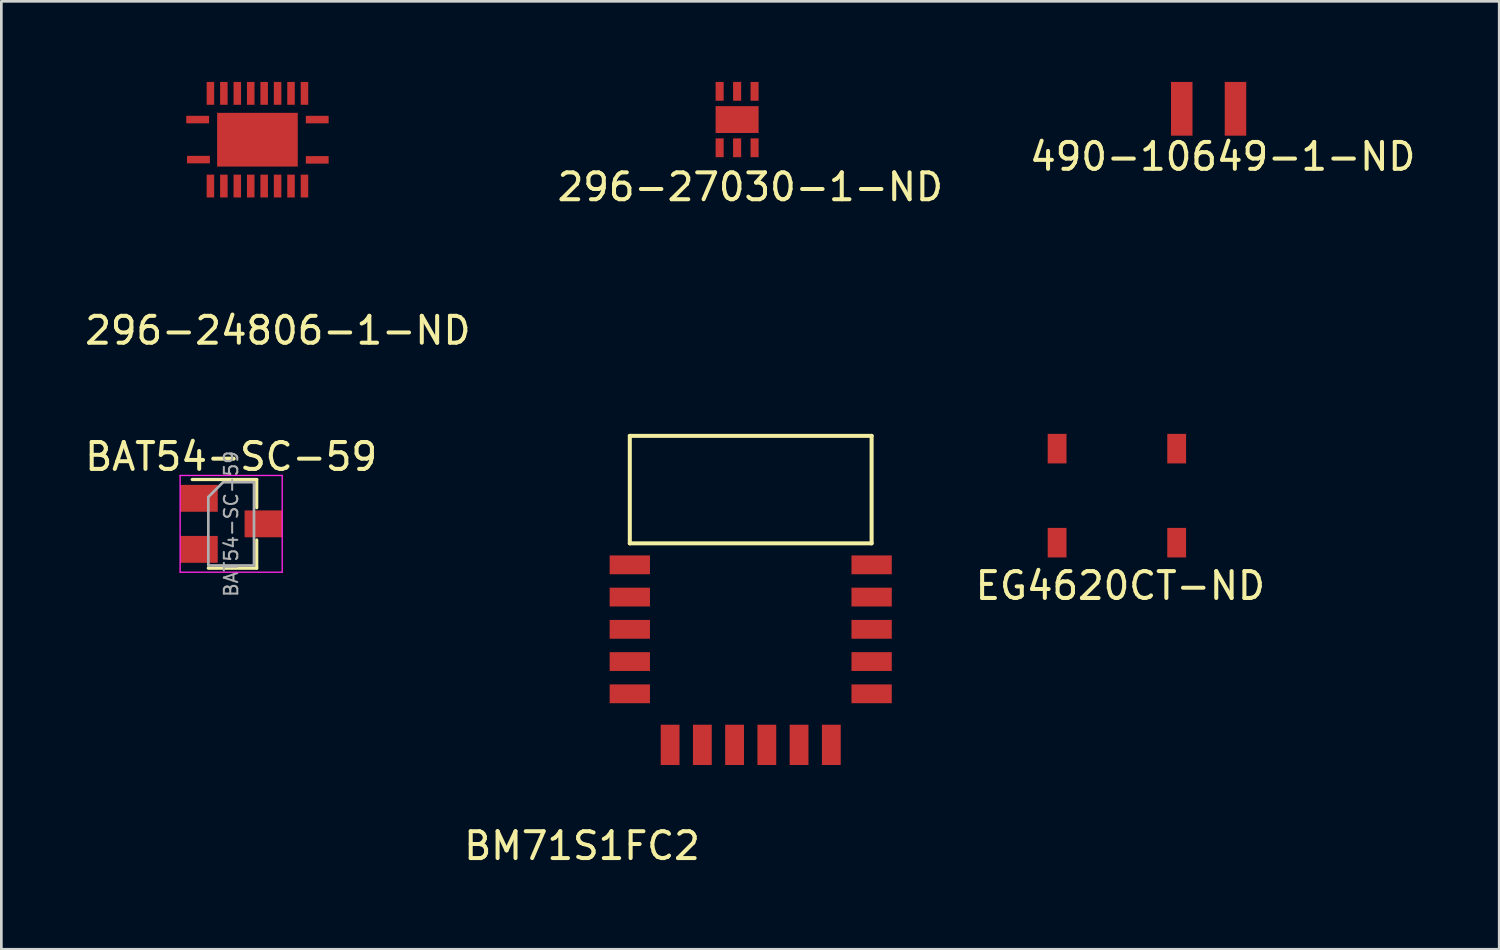
<source format=kicad_pcb>
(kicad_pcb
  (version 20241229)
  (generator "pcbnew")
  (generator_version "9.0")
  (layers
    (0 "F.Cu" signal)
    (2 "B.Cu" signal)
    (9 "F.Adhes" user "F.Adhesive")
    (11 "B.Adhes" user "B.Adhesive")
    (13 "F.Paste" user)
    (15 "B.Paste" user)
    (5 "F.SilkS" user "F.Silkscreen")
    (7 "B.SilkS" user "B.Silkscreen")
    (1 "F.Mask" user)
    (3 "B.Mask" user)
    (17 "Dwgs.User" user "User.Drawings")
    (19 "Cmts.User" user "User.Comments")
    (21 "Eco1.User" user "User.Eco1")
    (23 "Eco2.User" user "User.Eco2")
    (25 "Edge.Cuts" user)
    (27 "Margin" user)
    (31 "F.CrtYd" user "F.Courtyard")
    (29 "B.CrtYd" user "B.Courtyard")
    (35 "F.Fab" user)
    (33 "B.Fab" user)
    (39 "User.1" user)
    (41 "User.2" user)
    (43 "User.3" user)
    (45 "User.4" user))
  (footprint "BM71S1FC2"
    (layer "F.Cu")
    (at 20.391 24.673)
    (property "Reference" "BM71S1FC2" (at -1.778 3.759 0) (layer "F.SilkS") (effects (font (size 1 1) (thickness 0.15))))
    (attr through_hole)
    (fp_line (start 0 -11.5) (end 0 -7.5) (stroke (width 0.15) (type solid)) (layer "F.SilkS"))
    (fp_line (start 0 -7.5) (end 9 -7.5) (stroke (width 0.15) (type solid)) (layer "F.SilkS"))
    (fp_line (start 9 -11.5) (end 0 -11.5) (stroke (width 0.15) (type solid)) (layer "F.SilkS"))
    (fp_line (start 9 -7.5) (end 9 -11.5) (stroke (width 0.15) (type solid)) (layer "F.SilkS"))
    (pad "1" smd rect (at 0 -6.7) (size 1.5 0.7) (layers "F.Cu" "F.Mask" "F.Paste"))
    (pad "2" smd rect (at 0 -5.5) (size 1.5 0.7) (layers "F.Cu" "F.Mask" "F.Paste"))
    (pad "3" smd rect (at 0 -4.3) (size 1.5 0.7) (layers "F.Cu" "F.Mask" "F.Paste"))
    (pad "4" smd rect (at 0 -3.1) (size 1.5 0.7) (layers "F.Cu" "F.Mask" "F.Paste"))
    (pad "5" smd rect (at 0 -1.9) (size 1.5 0.7) (layers "F.Cu" "F.Mask" "F.Paste"))
    (pad "6" smd rect (at 1.5 0) (size 0.7 1.5) (layers "F.Cu" "F.Mask" "F.Paste"))
    (pad "7" smd rect (at 2.7 0) (size 0.7 1.5) (layers "F.Cu" "F.Mask" "F.Paste"))
    (pad "8" smd rect (at 3.9 0) (size 0.7 1.5) (layers "F.Cu" "F.Mask" "F.Paste"))
    (pad "9" smd rect (at 5.1 0) (size 0.7 1.5) (layers "F.Cu" "F.Mask" "F.Paste"))
    (pad "10" smd rect (at 6.3 0) (size 0.7 1.5) (layers "F.Cu" "F.Mask" "F.Paste"))
    (pad "11" smd rect (at 7.5 0) (size 0.7 1.5) (layers "F.Cu" "F.Mask" "F.Paste"))
    (pad "12" smd rect (at 9 -1.9) (size 1.5 0.7) (layers "F.Cu" "F.Mask" "F.Paste"))
    (pad "13" smd rect (at 9 -3.1) (size 1.5 0.7) (layers "F.Cu" "F.Mask" "F.Paste"))
    (pad "14" smd rect (at 9 -4.3) (size 1.5 0.7) (layers "F.Cu" "F.Mask" "F.Paste"))
    (pad "15" smd rect (at 9 -5.5) (size 1.5 0.7) (layers "F.Cu" "F.Mask" "F.Paste"))
    (pad "16" smd rect (at 9 -6.7) (size 1.5 0.7) (layers "F.Cu" "F.Mask" "F.Paste")))
  (footprint "296-27030-1-ND"
    (layer "F.Cu")
    (at 24.385 1.4)
    (property "Reference" "296-27030-1-ND" (at 0.49 2.51 0) (layer "F.SilkS") (effects (font (size 1 1) (thickness 0.15))))
    (attr through_hole)
    (pad "1" smd rect (at -0.65 1.05) (size 0.3 0.7) (layers "F.Cu" "F.Mask" "F.Paste"))
    (pad "2" smd rect (at 0 1.05) (size 0.3 0.7) (layers "F.Cu" "F.Mask" "F.Paste"))
    (pad "3" smd rect (at 0.65 1.05) (size 0.3 0.7) (layers "F.Cu" "F.Mask" "F.Paste"))
    (pad "4" smd rect (at 0 0) (size 1.6 1) (layers "F.Cu" "F.Mask" "F.Paste"))
    (pad "4" smd rect (at 0.65 -1.05) (size 0.3 0.7) (layers "F.Cu" "F.Mask" "F.Paste"))
    (pad "5" smd rect (at 0 -1.05) (size 0.3 0.7) (layers "F.Cu" "F.Mask" "F.Paste"))
    (pad "6" smd rect (at -0.65 -1.05) (size 0.3 0.7) (layers "F.Cu" "F.Mask" "F.Paste")))
  (footprint "490-10649-1-ND"
    (layer "F.Cu")
    (at 40.934 1)
    (property "Reference" "490-10649-1-ND" (at 1.524 1.778 0) (layer "F.SilkS") (effects (font (size 1 1) (thickness 0.15))))
    (attr through_hole)
    (pad "1" smd rect (at 0 0) (size 0.8 2) (layers "F.Cu" "F.Mask" "F.Paste"))
    (pad "2" smd rect (at 2 0) (size 0.8 2) (layers "F.Cu" "F.Mask" "F.Paste")))
  (footprint "EG4620CT-ND"
    (layer "F.Cu")
    (at 38.52 15.398)
    (property "Reference" "EG4620CT-ND" (at 0.127 3.353 0) (layer "F.SilkS") (effects (font (size 1 1) (thickness 0.15))))
    (attr through_hole)
    (pad "1" smd rect (at -2.225 1.75) (size 0.7 1.1) (layers "F.Cu" "F.Mask" "F.Paste"))
    (pad "2" smd rect (at 2.225 1.75) (size 0.7 1.1) (layers "F.Cu" "F.Mask" "F.Paste"))
    (pad "3" smd rect (at 2.225 -1.75) (size 0.7 1.1) (layers "F.Cu" "F.Mask" "F.Paste"))
    (pad "4" smd rect (at -2.225 -1.75) (size 0.7 1.1) (layers "F.Cu" "F.Mask" "F.Paste")))
  (footprint "BAT54-SC-59"
    (layer "F.Cu")
    (at 5.554 16.447)
    (property "Reference" "BAT54-SC-59" (at 0 -2.5 0) (layer "F.SilkS") (effects (font (size 1 1) (thickness 0.15))))
    (attr smd)
    (fp_line (start -1.45 -1.65) (end 0.95 -1.65) (stroke (width 0.12) (type solid)) (layer "F.SilkS"))
    (fp_line (start -0.85 1.65) (end 0.95 1.65) (stroke (width 0.12) (type solid)) (layer "F.SilkS"))
    (fp_line (start 0.95 -1.65) (end 0.95 -0.6) (stroke (width 0.12) (type solid)) (layer "F.SilkS"))
    (fp_line (start 0.95 1.65) (end 0.95 0.6) (stroke (width 0.12) (type solid)) (layer "F.SilkS"))
    (fp_line (start -1.9 -1.8) (end -1.9 1.8) (stroke (width 0.05) (type solid)) (layer "F.CrtYd"))
    (fp_line (start -1.9 -1.8) (end 1.9 -1.8) (stroke (width 0.05) (type solid)) (layer "F.CrtYd"))
    (fp_line (start 1.9 1.8) (end -1.9 1.8) (stroke (width 0.05) (type solid)) (layer "F.CrtYd"))
    (fp_line (start 1.9 1.8) (end 1.9 -1.8) (stroke (width 0.05) (type solid)) (layer "F.CrtYd"))
    (fp_line (start -0.85 1.55) (end -0.85 -1) (stroke (width 0.1) (type solid)) (layer "F.Fab"))
    (fp_line (start -0.85 1.55) (end 0.85 1.55) (stroke (width 0.1) (type solid)) (layer "F.Fab"))
    (fp_line (start -0.3 -1.55) (end -0.85 -1) (stroke (width 0.1) (type solid)) (layer "F.Fab"))
    (fp_line (start -0.3 -1.55) (end 0.85 -1.55) (stroke (width 0.1) (type solid)) (layer "F.Fab"))
    (fp_line (start 0.85 -1.52) (end 0.85 1.52) (stroke (width 0.1) (type solid)) (layer "F.Fab"))
    (fp_text user "${REFERENCE}" (at 0 0 90) (layer "F.Fab") (effects (font (size 0.5 0.5) (thickness 0.075))))
    (pad "1" smd rect (at -1.2 -0.95) (size 1.4 1) (layers "F.Cu" "F.Mask" "F.Paste"))
    (pad "2" smd rect (at -1.2 0.95) (size 1.4 1) (layers "F.Cu" "F.Mask" "F.Paste"))
    (pad "3" smd rect (at 1.2 0) (size 1.4 1) (layers "F.Cu" "F.Mask" "F.Paste")))
  (footprint "296-24806-1-ND"
    (layer "F.Cu")
    (at 6.532 2.15)
    (property "Reference" "296-24806-1-ND" (at 0.76 7.1 0) (layer "F.SilkS") (effects (font (size 1 1) (thickness 0.15))))
    (attr through_hole)
    (pad "1" smd rect (at -2.195 0.74) (size 0.85 0.28) (layers "F.Cu" "F.Mask" "F.Paste"))
    (pad "2" smd rect (at -1.75 1.725) (size 0.28 0.85) (layers "F.Cu" "F.Mask" "F.Paste"))
    (pad "3" smd rect (at -1.25 1.725) (size 0.28 0.85) (layers "F.Cu" "F.Mask" "F.Paste"))
    (pad "4" smd rect (at -0.75 1.725) (size 0.28 0.85) (layers "F.Cu" "F.Mask" "F.Paste"))
    (pad "5" smd rect (at -0.25 1.725) (size 0.28 0.85) (layers "F.Cu" "F.Mask" "F.Paste"))
    (pad "6" smd rect (at 0.25 1.725) (size 0.28 0.85) (layers "F.Cu" "F.Mask" "F.Paste"))
    (pad "7" smd rect (at 0.75 1.725) (size 0.28 0.85) (layers "F.Cu" "F.Mask" "F.Paste"))
    (pad "8" smd rect (at 1.25 1.725) (size 0.28 0.85) (layers "F.Cu" "F.Mask" "F.Paste"))
    (pad "9" smd rect (at 1.75 1.725) (size 0.28 0.85) (layers "F.Cu" "F.Mask" "F.Paste"))
    (pad "10" smd rect (at 2.225 0.75) (size 0.85 0.28) (layers "F.Cu" "F.Mask" "F.Paste"))
    (pad "11" smd rect (at 2.225 -0.75) (size 0.85 0.28) (layers "F.Cu" "F.Mask" "F.Paste"))
    (pad "12" smd rect (at 1.75 -1.725) (size 0.28 0.85) (layers "F.Cu" "F.Mask" "F.Paste"))
    (pad "13" smd rect (at 1.25 -1.725) (size 0.28 0.85) (layers "F.Cu" "F.Mask" "F.Paste"))
    (pad "14" smd rect (at 0.75 -1.725) (size 0.28 0.85) (layers "F.Cu" "F.Mask" "F.Paste"))
    (pad "15" smd rect (at 0.25 -1.725) (size 0.28 0.85) (layers "F.Cu" "F.Mask" "F.Paste"))
    (pad "16" smd rect (at -0.25 -1.725) (size 0.28 0.85) (layers "F.Cu" "F.Mask" "F.Paste"))
    (pad "17" smd rect (at -0.75 -1.725) (size 0.28 0.85) (layers "F.Cu" "F.Mask" "F.Paste"))
    (pad "18" smd rect (at -1.25 -1.725) (size 0.28 0.85) (layers "F.Cu" "F.Mask" "F.Paste"))
    (pad "19" smd rect (at -1.75 -1.725) (size 0.28 0.85) (layers "F.Cu" "F.Mask" "F.Paste"))
    (pad "20" smd rect (at -2.225 -0.75) (size 0.85 0.28) (layers "F.Cu" "F.Mask" "F.Paste"))
    (pad "21" smd rect (at 0 0) (size 3 2) (layers "F.Cu" "F.Mask" "F.Paste")))
  (gr_rect
    (start -3 -3)
    (end 52.75 32.281)
    (stroke (width 0.1) (type default))
    (fill no)
    (layer "Edge.Cuts")))
</source>
